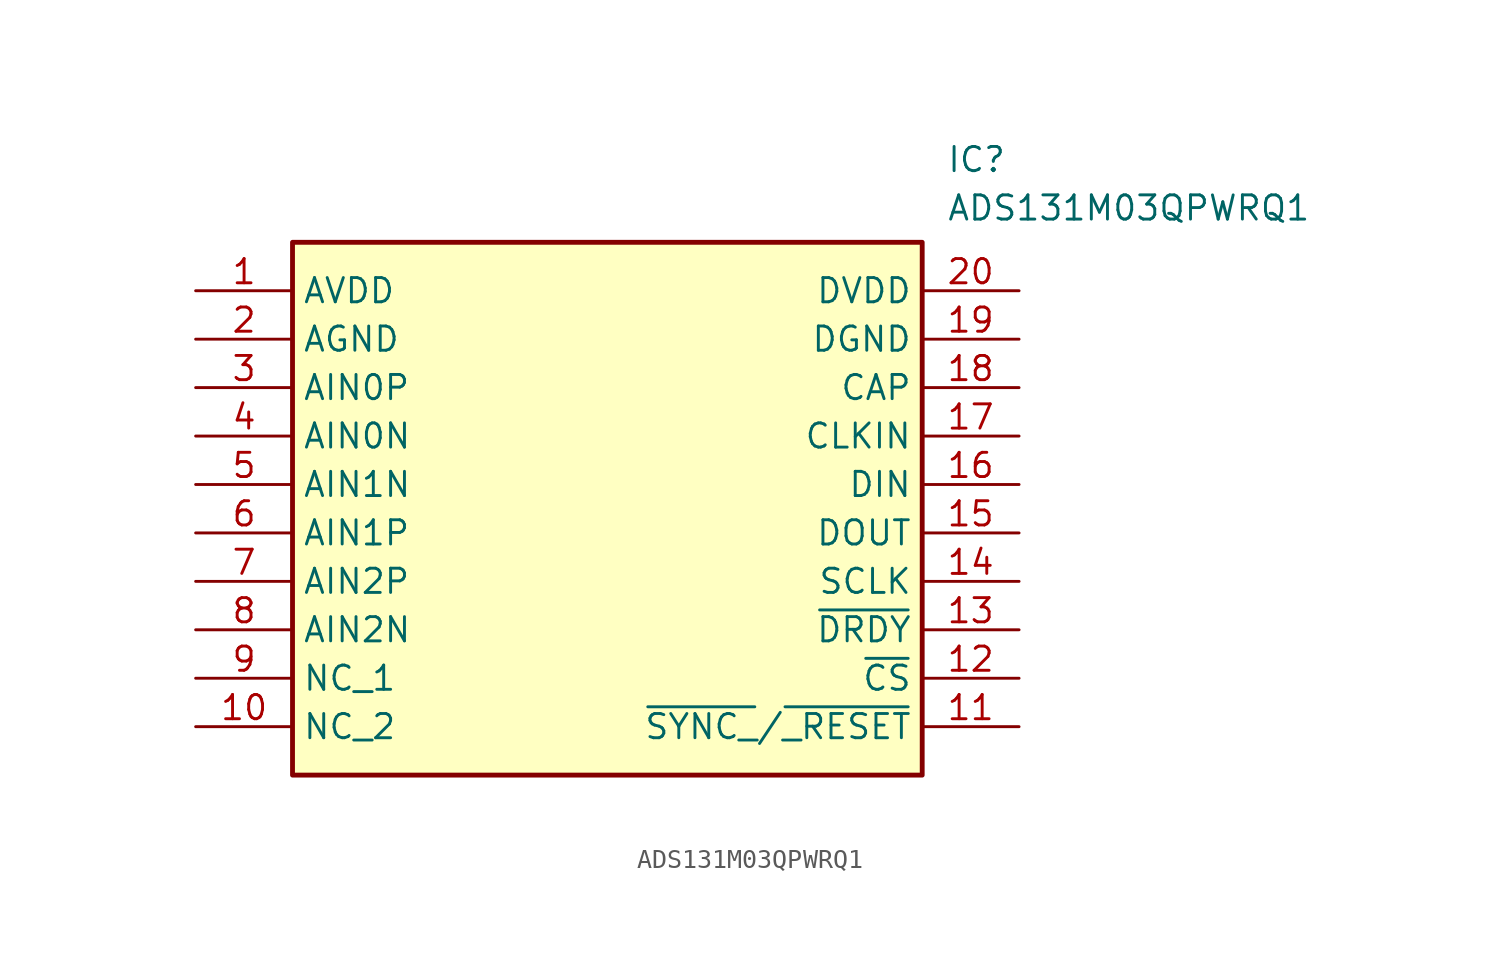
<source format=kicad_sym>
(kicad_symbol_lib
  (version 20211014)
  (generator SamacSys_ECAD_Model)
  (symbol "ADS131M03QPWRQ1"
    (property "Reference" "IC"
      (at 39.37 7.62 0)
      (effects (font (size 1.27 1.27)) (justify left top)))
    (property "Value" "ADS131M03QPWRQ1"
      (at 39.37 5.08 0)
      (effects (font (size 1.27 1.27)) (justify left top)))
    (rectangle
      (start 5.08 2.54)
      (end 38.1 -25.4)
      (stroke (width 0.254) (type default))
      (fill (type background)))
    (pin passive line
      (at 0 0 0)
      (length 5.08)
      (name "AVDD" (effects (font (size 1.27 1.27))))
      (number "1" (effects (font (size 1.27 1.27)))))
    (pin passive line
      (at 0 -2.54 0)
      (length 5.08)
      (name "AGND" (effects (font (size 1.27 1.27))))
      (number "2" (effects (font (size 1.27 1.27)))))
    (pin passive line
      (at 0 -5.08 0)
      (length 5.08)
      (name "AIN0P" (effects (font (size 1.27 1.27))))
      (number "3" (effects (font (size 1.27 1.27)))))
    (pin passive line
      (at 0 -7.62 0)
      (length 5.08)
      (name "AIN0N" (effects (font (size 1.27 1.27))))
      (number "4" (effects (font (size 1.27 1.27)))))
    (pin passive line
      (at 0 -10.16 0)
      (length 5.08)
      (name "AIN1N" (effects (font (size 1.27 1.27))))
      (number "5" (effects (font (size 1.27 1.27)))))
    (pin passive line
      (at 0 -12.7 0)
      (length 5.08)
      (name "AIN1P" (effects (font (size 1.27 1.27))))
      (number "6" (effects (font (size 1.27 1.27)))))
    (pin passive line
      (at 0 -15.24 0)
      (length 5.08)
      (name "AIN2P" (effects (font (size 1.27 1.27))))
      (number "7" (effects (font (size 1.27 1.27)))))
    (pin passive line
      (at 0 -17.78 0)
      (length 5.08)
      (name "AIN2N" (effects (font (size 1.27 1.27))))
      (number "8" (effects (font (size 1.27 1.27)))))
    (pin passive line
      (at 0 -20.32 0)
      (length 5.08)
      (name "NC_1" (effects (font (size 1.27 1.27))))
      (number "9" (effects (font (size 1.27 1.27)))))
    (pin passive line
      (at 0 -22.86 0)
      (length 5.08)
      (name "NC_2" (effects (font (size 1.27 1.27))))
      (number "10" (effects (font (size 1.27 1.27)))))
    (pin passive line
      (at 43.18 0 180)
      (length 5.08)
      (name "DVDD" (effects (font (size 1.27 1.27))))
      (number "20" (effects (font (size 1.27 1.27)))))
    (pin passive line
      (at 43.18 -2.54 180)
      (length 5.08)
      (name "DGND" (effects (font (size 1.27 1.27))))
      (number "19" (effects (font (size 1.27 1.27)))))
    (pin passive line
      (at 43.18 -5.08 180)
      (length 5.08)
      (name "CAP" (effects (font (size 1.27 1.27))))
      (number "18" (effects (font (size 1.27 1.27)))))
    (pin passive line
      (at 43.18 -7.62 180)
      (length 5.08)
      (name "CLKIN" (effects (font (size 1.27 1.27))))
      (number "17" (effects (font (size 1.27 1.27)))))
    (pin passive line
      (at 43.18 -10.16 180)
      (length 5.08)
      (name "DIN" (effects (font (size 1.27 1.27))))
      (number "16" (effects (font (size 1.27 1.27)))))
    (pin passive line
      (at 43.18 -12.7 180)
      (length 5.08)
      (name "DOUT" (effects (font (size 1.27 1.27))))
      (number "15" (effects (font (size 1.27 1.27)))))
    (pin passive line
      (at 43.18 -15.24 180)
      (length 5.08)
      (name "SCLK" (effects (font (size 1.27 1.27))))
      (number "14" (effects (font (size 1.27 1.27)))))
    (pin passive line
      (at 43.18 -17.78 180)
      (length 5.08)
      (name "~{DRDY}" (effects (font (size 1.27 1.27))))
      (number "13" (effects (font (size 1.27 1.27)))))
    (pin passive line
      (at 43.18 -20.32 180)
      (length 5.08)
      (name "~{CS}" (effects (font (size 1.27 1.27))))
      (number "12" (effects (font (size 1.27 1.27)))))
    (pin passive line
      (at 43.18 -22.86 180)
      (length 5.08)
      (name "~{SYNC_}/~{_RESET}" (effects (font (size 1.27 1.27))))
      (number "11" (effects (font (size 1.27 1.27)))))))
</source>
